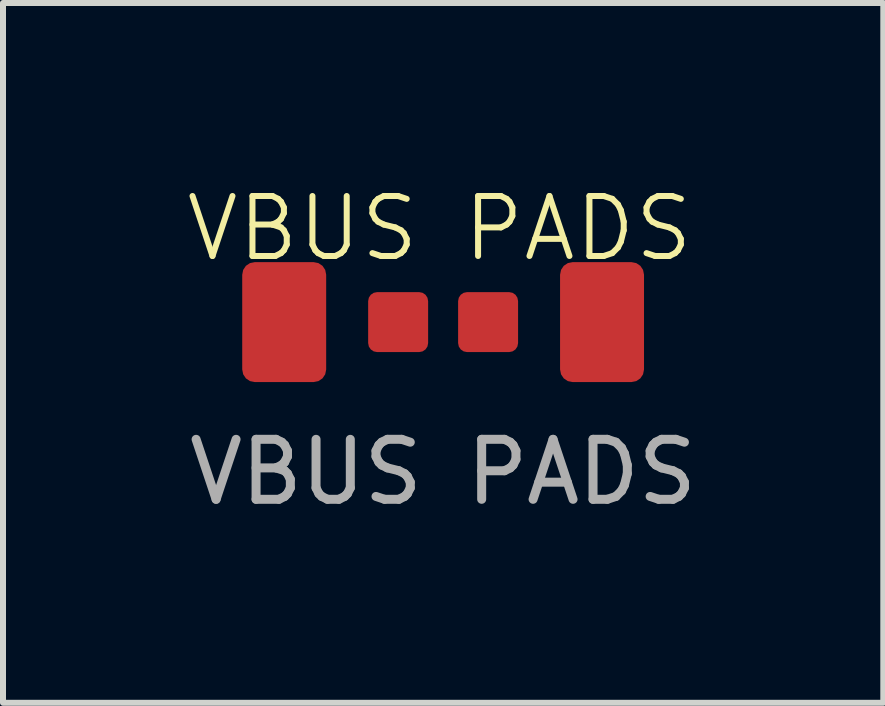
<source format=kicad_pcb>
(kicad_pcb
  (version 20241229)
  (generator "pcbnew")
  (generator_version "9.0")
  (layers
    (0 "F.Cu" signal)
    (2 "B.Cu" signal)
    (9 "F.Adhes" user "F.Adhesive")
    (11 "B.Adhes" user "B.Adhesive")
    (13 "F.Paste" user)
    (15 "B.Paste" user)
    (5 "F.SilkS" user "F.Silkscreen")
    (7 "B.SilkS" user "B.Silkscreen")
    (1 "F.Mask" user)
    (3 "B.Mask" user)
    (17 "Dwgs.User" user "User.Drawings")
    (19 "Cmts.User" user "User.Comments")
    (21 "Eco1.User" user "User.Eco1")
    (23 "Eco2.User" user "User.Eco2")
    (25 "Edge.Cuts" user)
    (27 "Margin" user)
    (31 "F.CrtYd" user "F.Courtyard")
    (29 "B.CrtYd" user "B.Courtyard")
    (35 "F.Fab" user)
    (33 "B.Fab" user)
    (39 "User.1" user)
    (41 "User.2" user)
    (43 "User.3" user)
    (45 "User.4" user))
  (footprint "VBUS PADS"
    (layer "F.Cu")
    (at 4.339 2.321)
    (property "Reference" "VBUS PADS" (at -0.06 -1.56 0) (unlocked yes) (layer "F.SilkS") (effects (font (size 1 1) (thickness 0.1))))
    (attr smd)
    (fp_text user "${REFERENCE}" (at 0 2.5 0) (unlocked yes) (layer "F.Fab") (effects (font (size 1 1) (thickness 0.15))))
    (pad "1" smd roundrect (at 2.65 0) (size 1.4 2) (layers "F.Cu" "F.Mask" "F.Paste") (roundrect_rratio 0.15))
    (pad "2" smd roundrect (at 0.75 0) (size 1 1) (layers "F.Cu" "F.Mask" "F.Paste") (roundrect_rratio 0.15))
    (pad "3" smd roundrect (at -0.75 0) (size 1 1) (layers "F.Cu" "F.Mask" "F.Paste") (roundrect_rratio 0.15))
    (pad "4" smd roundrect (at -2.65 0) (size 1.4 2) (layers "F.Cu" "F.Mask" "F.Paste") (roundrect_rratio 0.15)))
  (gr_rect
    (start -3 -3)
    (end 11.679 8.669)
    (stroke (width 0.1) (type default))
    (fill no)
    (layer "Edge.Cuts")))
</source>
